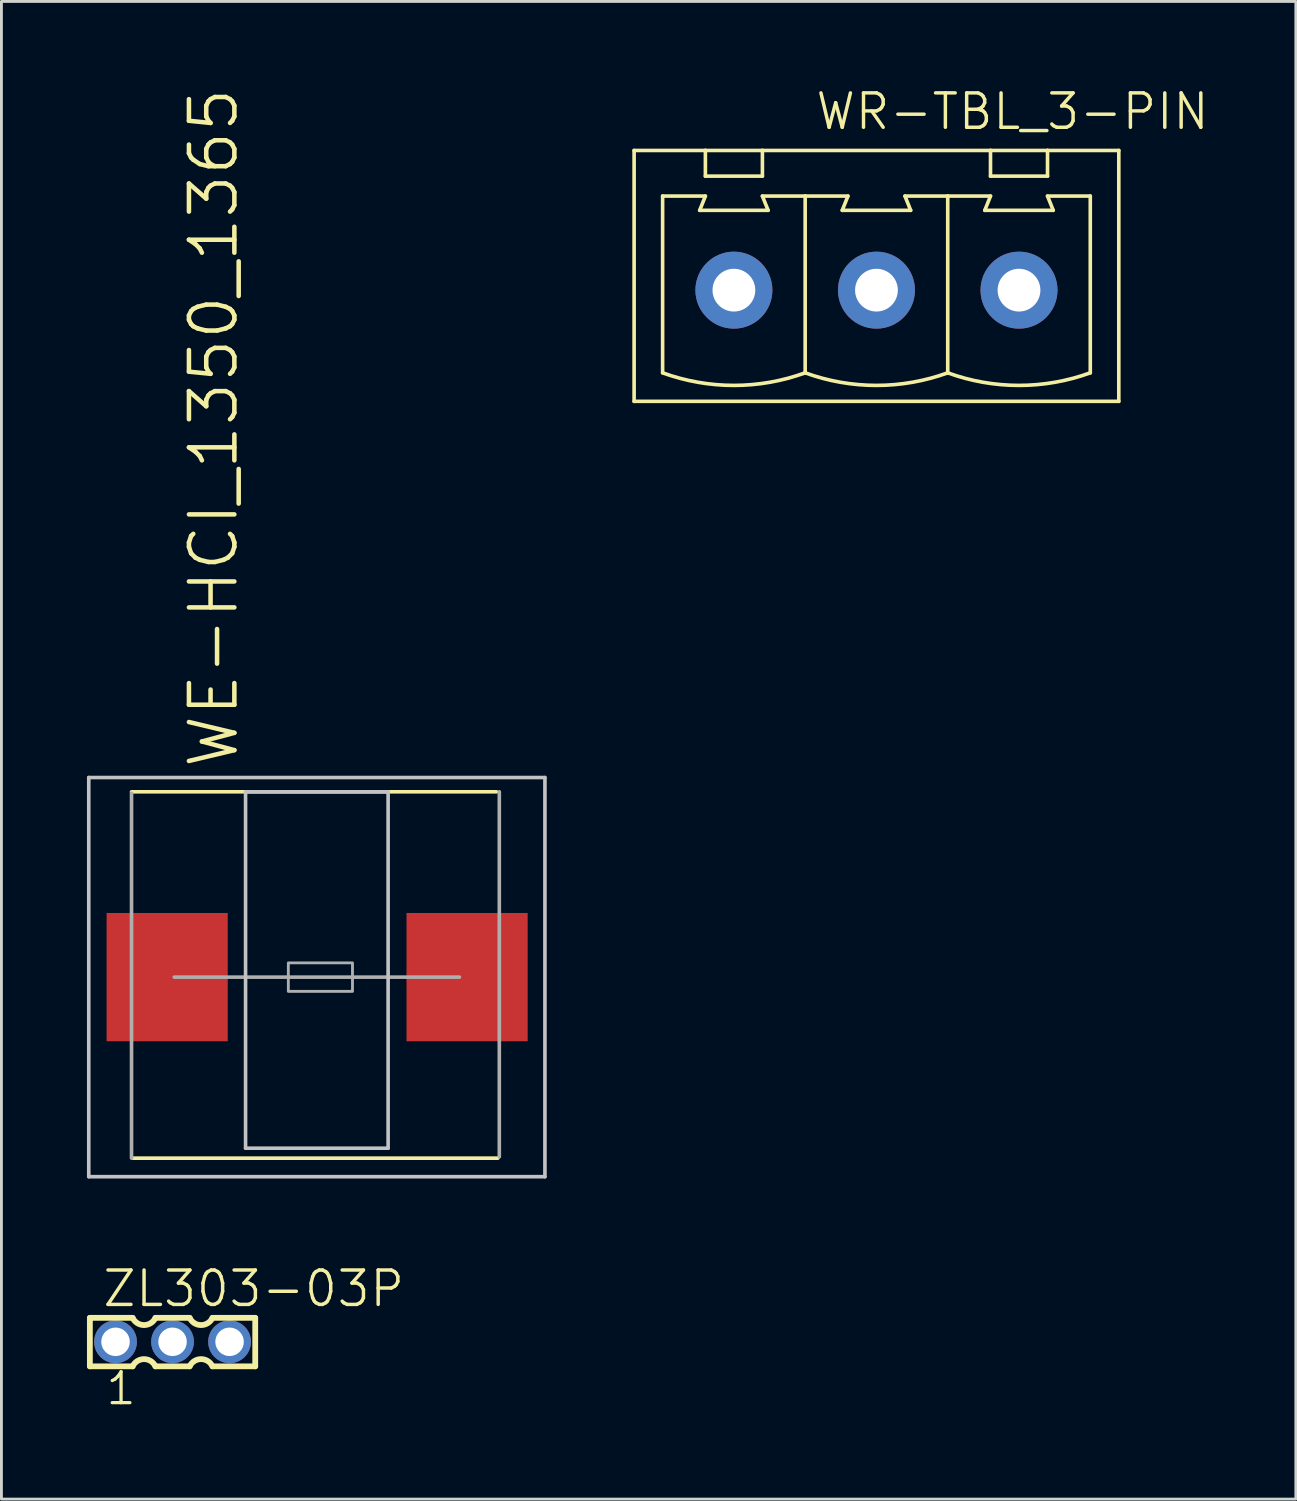
<source format=kicad_pcb>
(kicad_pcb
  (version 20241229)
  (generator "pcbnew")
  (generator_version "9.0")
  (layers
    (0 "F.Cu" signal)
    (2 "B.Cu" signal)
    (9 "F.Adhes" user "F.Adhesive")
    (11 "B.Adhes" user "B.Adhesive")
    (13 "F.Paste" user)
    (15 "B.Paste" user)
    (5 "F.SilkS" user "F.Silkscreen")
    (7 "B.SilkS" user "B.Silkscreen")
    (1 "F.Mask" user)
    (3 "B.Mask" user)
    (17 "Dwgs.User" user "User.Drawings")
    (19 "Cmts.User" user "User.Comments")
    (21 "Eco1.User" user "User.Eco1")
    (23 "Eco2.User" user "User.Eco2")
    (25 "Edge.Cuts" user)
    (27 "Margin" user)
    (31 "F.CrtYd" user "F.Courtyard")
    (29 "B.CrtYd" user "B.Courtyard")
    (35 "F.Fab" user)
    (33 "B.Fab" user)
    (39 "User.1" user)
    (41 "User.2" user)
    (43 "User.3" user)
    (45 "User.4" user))
  (footprint "WE-HCI_1350_1365"
    (layer "F.Cu")
    (at 8.063 31.222)
    (property "Reference" "WE-HCI_1350_1365" (at -2.69 -7.25 90) (layer "F.SilkS") (effects (font (size 1.593 1.593) (thickness 0.159)) (justify left bottom)))
    (attr through_hole)
    (fp_line (start -6.5 -6.5) (end 6.3 -6.5) (stroke (width 0.127) (type solid)) (layer "F.SilkS"))
    (fp_line (start -6.45 6.35) (end 6.35 6.35) (stroke (width 0.127) (type solid)) (layer "F.SilkS"))
    (fp_line (start -8 -7) (end -8 7) (stroke (width 0.127) (type solid)) (layer "Dwgs.User"))
    (fp_line (start -8 7) (end 8 7) (stroke (width 0.127) (type solid)) (layer "Dwgs.User"))
    (fp_line (start -2.5 -6.5) (end -2.5 6) (stroke (width 0.127) (type solid)) (layer "Dwgs.User"))
    (fp_line (start -2.5 6) (end 2.5 6) (stroke (width 0.127) (type solid)) (layer "Dwgs.User"))
    (fp_line (start 2.5 -6.5) (end -2.5 -6.5) (stroke (width 0.127) (type solid)) (layer "Dwgs.User"))
    (fp_line (start 2.5 6) (end 2.5 -6.5) (stroke (width 0.127) (type solid)) (layer "Dwgs.User"))
    (fp_line (start 8 -7) (end -8 -7) (stroke (width 0.127) (type solid)) (layer "Dwgs.User"))
    (fp_line (start 8 7) (end 8 -7) (stroke (width 0.127) (type solid)) (layer "Dwgs.User"))
    (fp_line (start -6.5 6.35) (end -6.5 -6.45) (stroke (width 0.127) (type solid)) (layer "F.Fab"))
    (fp_line (start -5 0) (end 5 0) (stroke (width 0.127) (type solid)) (layer "F.Fab"))
    (fp_line (start 6.4 6.3) (end 6.4 -6.5) (stroke (width 0.127) (type solid)) (layer "F.Fab"))
    (fp_poly (pts (xy -1 0.5) (xy 1.25 0.5) (xy 1.25 -0.5) (xy -1 -0.5)) (stroke (width 0.1) (type solid)) (fill no) (layer "F.Fab"))
    (pad "1" smd rect (at -5.25 0 180) (size 4.25 4.5) (layers "F.Cu" "F.Mask" "F.Paste"))
    (pad "2" smd rect (at 5.27 0 180) (size 4.25 4.5) (layers "F.Cu" "F.Mask" "F.Paste")))
  (footprint "WR-TBL_3-PIN"
    (layer "F.Cu")
    (at 27.691 7.127)
    (property "Reference" "WR-TBL_3-PIN" (at -2.199 -5.559 180) (layer "F.SilkS") (effects (font (size 1.206 1.206) (thickness 0.121)) (justify left bottom)))
    (attr through_hole)
    (fp_line (start -8.5 -4.9) (end -8.5 3.9) (stroke (width 0.127) (type solid)) (layer "F.SilkS"))
    (fp_line (start -8.5 3.9) (end 8.5 3.9) (stroke (width 0.127) (type solid)) (layer "F.SilkS"))
    (fp_line (start -7.5 -3.3) (end -7.5 2.9) (stroke (width 0.127) (type solid)) (layer "F.SilkS"))
    (fp_line (start -6.2 -2.8) (end -6 -3.3) (stroke (width 0.127) (type solid)) (layer "F.SilkS"))
    (fp_line (start -6.2 -2.8) (end -3.8 -2.8) (stroke (width 0.127) (type solid)) (layer "F.SilkS"))
    (fp_line (start -6 -4.9) (end -8.5 -4.9) (stroke (width 0.127) (type solid)) (layer "F.SilkS"))
    (fp_line (start -6 -4) (end -6 -4.9) (stroke (width 0.127) (type solid)) (layer "F.SilkS"))
    (fp_line (start -6 -4) (end -4 -4) (stroke (width 0.127) (type solid)) (layer "F.SilkS"))
    (fp_line (start -6 -3.3) (end -7.5 -3.3) (stroke (width 0.127) (type solid)) (layer "F.SilkS"))
    (fp_line (start -4 -4.9) (end -6 -4.9) (stroke (width 0.127) (type solid)) (layer "F.SilkS"))
    (fp_line (start -4 -4) (end -4 -4.9) (stroke (width 0.127) (type solid)) (layer "F.SilkS"))
    (fp_line (start -3.8 -2.8) (end -4 -3.3) (stroke (width 0.127) (type solid)) (layer "F.SilkS"))
    (fp_line (start -2.5 -3.3) (end -4 -3.3) (stroke (width 0.127) (type solid)) (layer "F.SilkS"))
    (fp_line (start -2.5 -3.3) (end -2.5 2.9) (stroke (width 0.127) (type solid)) (layer "F.SilkS"))
    (fp_line (start -1.2 -2.8) (end -1 -3.3) (stroke (width 0.127) (type solid)) (layer "F.SilkS"))
    (fp_line (start -1.2 -2.8) (end 1.2 -2.8) (stroke (width 0.127) (type solid)) (layer "F.SilkS"))
    (fp_line (start -1 -3.3) (end -2.5 -3.3) (stroke (width 0.127) (type solid)) (layer "F.SilkS"))
    (fp_line (start 1.2 -2.8) (end 1 -3.3) (stroke (width 0.127) (type solid)) (layer "F.SilkS"))
    (fp_line (start 2.5 -3.3) (end 1 -3.3) (stroke (width 0.127) (type solid)) (layer "F.SilkS"))
    (fp_line (start 2.5 -3.3) (end 2.5 2.9) (stroke (width 0.127) (type solid)) (layer "F.SilkS"))
    (fp_line (start 3.8 -2.8) (end 4 -3.3) (stroke (width 0.127) (type solid)) (layer "F.SilkS"))
    (fp_line (start 3.8 -2.8) (end 6.2 -2.8) (stroke (width 0.127) (type solid)) (layer "F.SilkS"))
    (fp_line (start 4 -4.9) (end -4 -4.9) (stroke (width 0.127) (type solid)) (layer "F.SilkS"))
    (fp_line (start 4 -4) (end 4 -4.9) (stroke (width 0.127) (type solid)) (layer "F.SilkS"))
    (fp_line (start 4 -4) (end 6 -4) (stroke (width 0.127) (type solid)) (layer "F.SilkS"))
    (fp_line (start 4 -3.3) (end 2.5 -3.3) (stroke (width 0.127) (type solid)) (layer "F.SilkS"))
    (fp_line (start 6 -4.9) (end 4 -4.9) (stroke (width 0.127) (type solid)) (layer "F.SilkS"))
    (fp_line (start 6 -4) (end 6 -4.9) (stroke (width 0.127) (type solid)) (layer "F.SilkS"))
    (fp_line (start 6.2 -2.8) (end 6 -3.3) (stroke (width 0.127) (type solid)) (layer "F.SilkS"))
    (fp_line (start 7.5 -3.3) (end 6 -3.3) (stroke (width 0.127) (type solid)) (layer "F.SilkS"))
    (fp_line (start 7.5 -3.3) (end 7.5 2.9) (stroke (width 0.127) (type solid)) (layer "F.SilkS"))
    (fp_line (start 8.5 -4.9) (end 6 -4.9) (stroke (width 0.127) (type solid)) (layer "F.SilkS"))
    (fp_line (start 8.5 3.9) (end 8.5 -4.9) (stroke (width 0.127) (type solid)) (layer "F.SilkS"))
    (fp_arc (start -2.5 2.9) (mid -5 3.340817) (end -7.5 2.9) (stroke (width 0.127) (type solid)) (layer "F.SilkS"))
    (fp_arc (start 2.5 2.9) (mid 0 3.340817) (end -2.5 2.9) (stroke (width 0.127) (type solid)) (layer "F.SilkS"))
    (fp_arc (start 7.5 2.9) (mid 5 3.340817) (end 2.5 2.9) (stroke (width 0.127) (type solid)) (layer "F.SilkS"))
    (pad "1" thru_hole circle (at -5 0) (size 2.7 2.7) (drill 1.5) (layers "*.Cu" "*.Mask"))
    (pad "2" thru_hole circle (at 0 0) (size 2.7 2.7) (drill 1.5) (layers "*.Cu" "*.Mask"))
    (pad "3" thru_hole circle (at 5 0) (size 2.7 2.7) (drill 1.5) (layers "*.Cu" "*.Mask")))
  (footprint "ZL303-03P"
    (layer "F.Cu")
    (at 3.002 44.013)
    (property "Reference" "ZL303-03P" (at -2.515 -1.159 0) (layer "F.SilkS") (effects (font (size 1.206 1.206) (thickness 0.121)) (justify left bottom)))
    (attr through_hole)
    (fp_line (start -2.9 -0.84) (end -2.9 0.86) (stroke (width 0.203) (type solid)) (layer "F.SilkS"))
    (fp_line (start -2.9 0.86) (end -1.4 0.86) (stroke (width 0.203) (type solid)) (layer "F.SilkS"))
    (fp_line (start -1.4 -0.84) (end -2.9 -0.84) (stroke (width 0.203) (type solid)) (layer "F.SilkS"))
    (fp_line (start 0.6 -0.84) (end -0.6 -0.84) (stroke (width 0.203) (type solid)) (layer "F.SilkS"))
    (fp_line (start 0.6 0.86) (end -0.6 0.86) (stroke (width 0.203) (type solid)) (layer "F.SilkS"))
    (fp_line (start 1.4 0.86) (end 2.9 0.86) (stroke (width 0.203) (type solid)) (layer "F.SilkS"))
    (fp_line (start 2.9 -0.84) (end 1.4 -0.84) (stroke (width 0.203) (type solid)) (layer "F.SilkS"))
    (fp_line (start 2.9 0.86) (end 2.9 -0.84) (stroke (width 0.203) (type solid)) (layer "F.SilkS"))
    (fp_arc (start -1.4 0.86) (mid -1.000001 0.607168) (end -0.600001 0.859998) (stroke (width 0.2032) (type solid)) (layer "F.SilkS"))
    (fp_arc (start -0.6 -0.84) (mid -0.999999 -0.587168) (end -1.399999 -0.839998) (stroke (width 0.2032) (type solid)) (layer "F.SilkS"))
    (fp_arc (start 0.6 0.86) (mid 0.999999 0.607168) (end 1.399999 0.859998) (stroke (width 0.2032) (type solid)) (layer "F.SilkS"))
    (fp_arc (start 1.4 -0.84) (mid 1.000001 -0.587168) (end 0.600001 -0.839998) (stroke (width 0.2032) (type solid)) (layer "F.SilkS"))
    (fp_poly (pts (xy -2.25 -0.24) (xy -2.25 0.26) (xy -1.75 0.26) (xy -1.75 -0.24)) (stroke (width 0.1) (type solid)) (fill no) (layer "F.Fab"))
    (fp_poly (pts (xy -0.25 -0.24) (xy -0.25 0.26) (xy 0.25 0.26) (xy 0.25 -0.24)) (stroke (width 0.1) (type solid)) (fill no) (layer "F.Fab"))
    (fp_poly (pts (xy 1.75 -0.24) (xy 1.75 0.26) (xy 2.25 0.26) (xy 2.25 -0.24)) (stroke (width 0.1) (type solid)) (fill no) (layer "F.Fab"))
    (fp_text user "1" (at -2.398 2.273 0) (layer "F.SilkS") (effects (font (size 1.086 1.086) (thickness 0.114)) (justify left bottom)))
    (pad "1" thru_hole circle (at 2 0 270) (size 1.5 1.5) (drill 1) (layers "*.Cu" "*.Mask"))
    (pad "2" thru_hole circle (at 0 0 270) (size 1.5 1.5) (drill 1) (layers "*.Cu" "*.Mask"))
    (pad "3" thru_hole circle (at -2 0 270) (size 1.5 1.5) (drill 1) (layers "*.Cu" "*.Mask")))
  (gr_rect
    (start -3 -3)
    (end 42.401 49.529)
    (stroke (width 0.1) (type default))
    (fill no)
    (layer "Edge.Cuts")))
</source>
